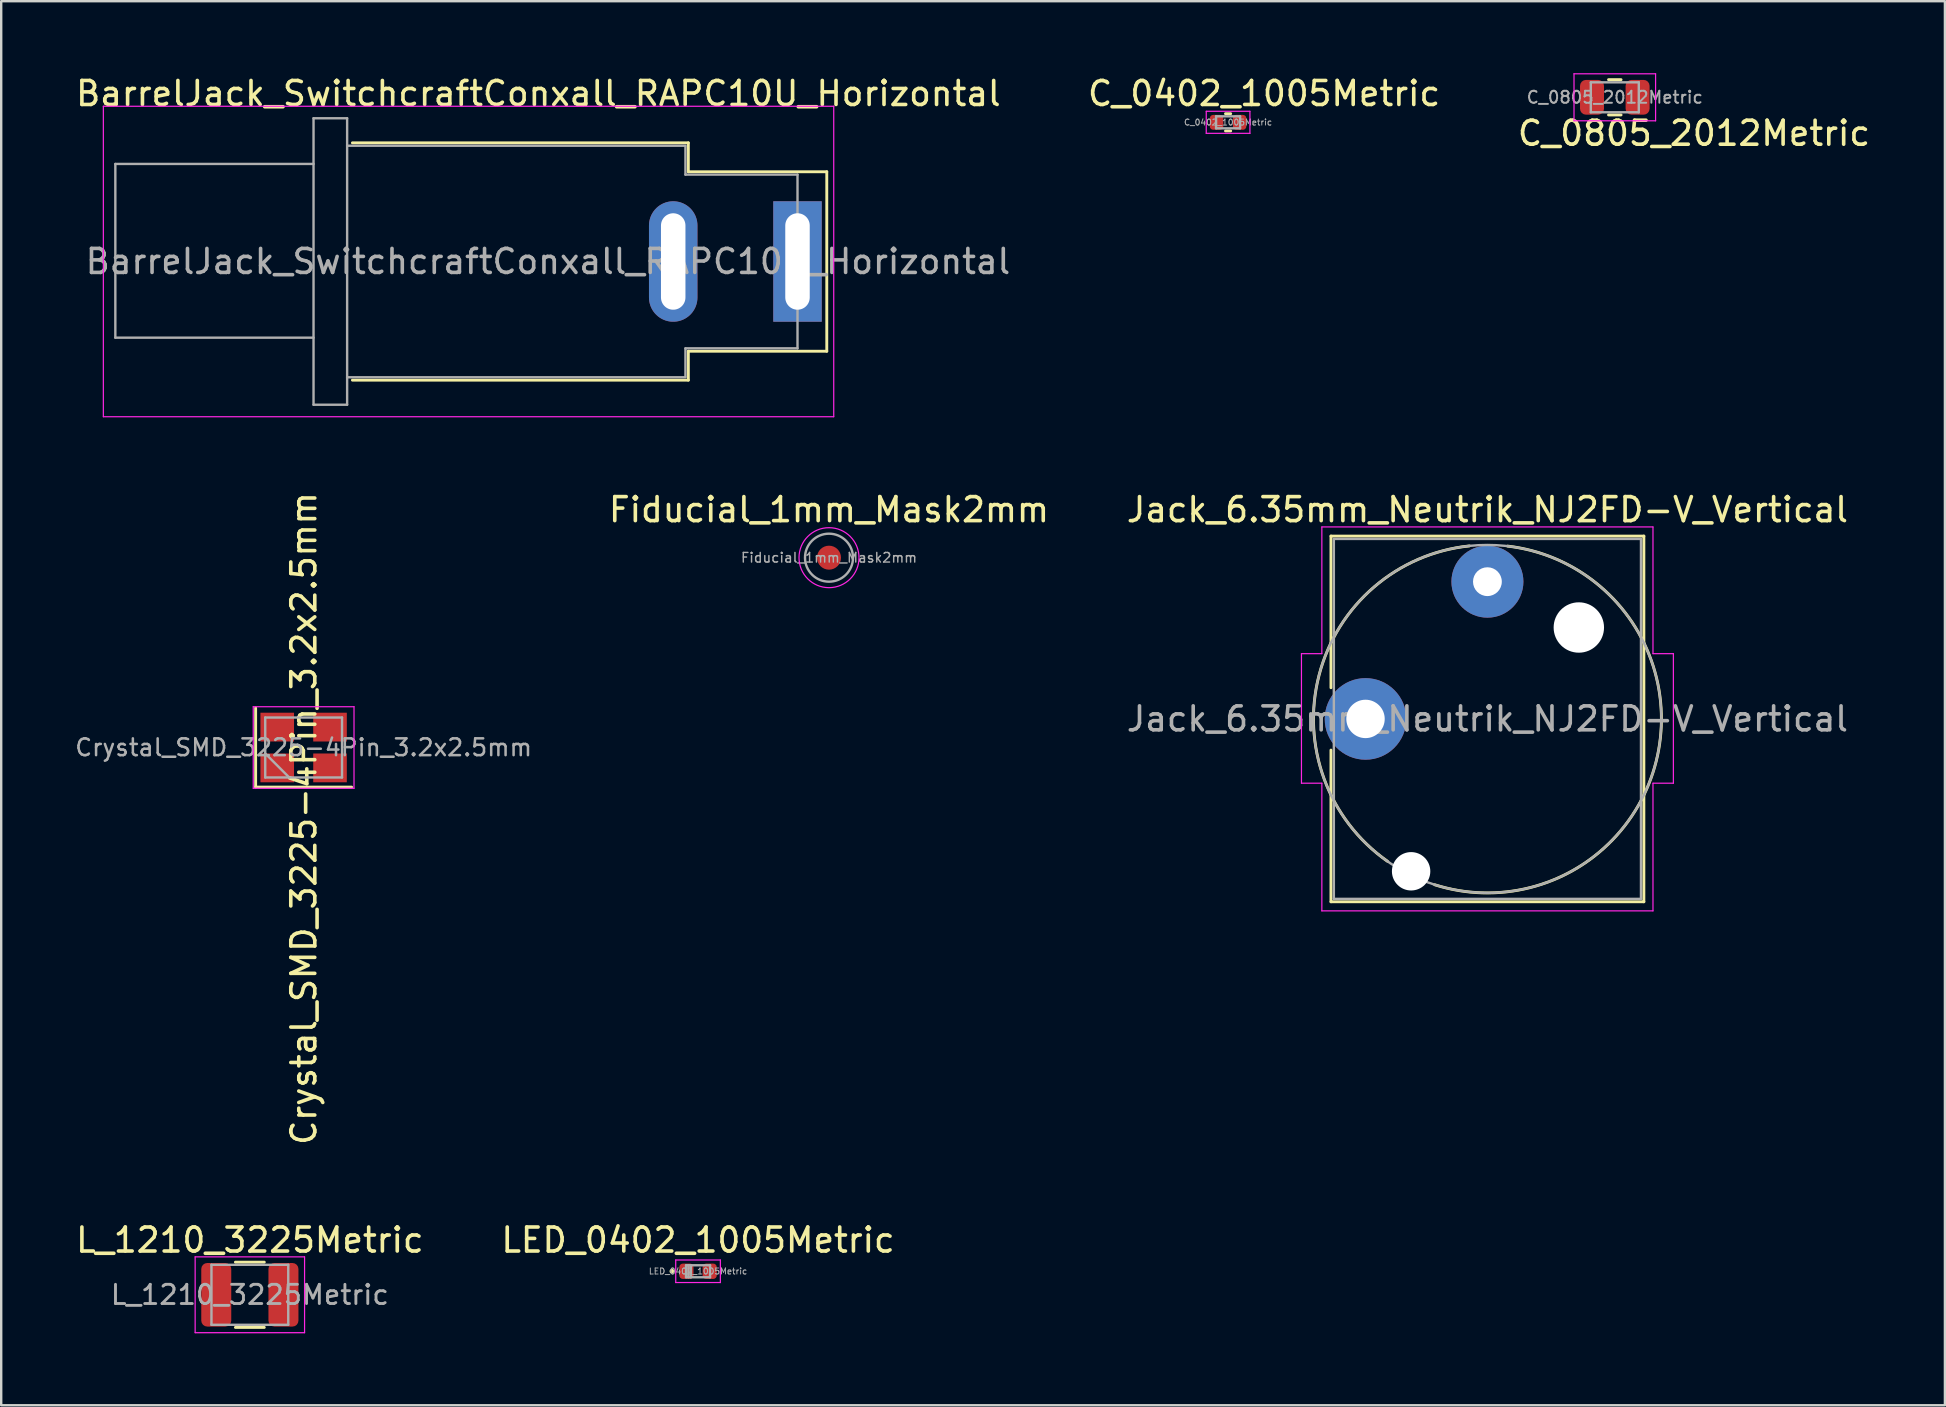
<source format=kicad_pcb>
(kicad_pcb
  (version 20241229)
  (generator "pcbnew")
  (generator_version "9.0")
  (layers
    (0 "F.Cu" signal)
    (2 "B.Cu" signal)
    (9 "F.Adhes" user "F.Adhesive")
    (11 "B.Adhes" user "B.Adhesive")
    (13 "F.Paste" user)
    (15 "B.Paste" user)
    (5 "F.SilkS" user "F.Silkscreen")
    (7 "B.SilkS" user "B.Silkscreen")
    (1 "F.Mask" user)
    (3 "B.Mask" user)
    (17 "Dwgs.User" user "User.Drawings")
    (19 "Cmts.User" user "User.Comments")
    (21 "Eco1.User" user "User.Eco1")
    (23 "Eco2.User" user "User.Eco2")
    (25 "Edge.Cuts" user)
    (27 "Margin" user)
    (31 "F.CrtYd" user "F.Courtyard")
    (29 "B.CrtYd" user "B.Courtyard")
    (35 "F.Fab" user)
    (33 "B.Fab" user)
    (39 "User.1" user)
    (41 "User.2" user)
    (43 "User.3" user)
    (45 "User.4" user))
  (footprint "Jack_6.35mm_Neutrik_NJ2FD-V_Vertical"
    (layer "F.Cu")
    (at 58.94 21.192)
    (property "Reference" "Jack_6.35mm_Neutrik_NJ2FD-V_Vertical" (at 0 -3 180) (layer "F.SilkS") (effects (font (size 1 1) (thickness 0.15))))
    (attr through_hole exclude_from_bom)
    (fp_line (start -6.52 -1.9) (end -6.52 4.42) (stroke (width 0.12) (type solid)) (layer "F.SilkS"))
    (fp_line (start -6.52 -1.9) (end 6.52 -1.9) (stroke (width 0.12) (type solid)) (layer "F.SilkS"))
    (fp_line (start -6.52 7.02) (end -6.52 13.34) (stroke (width 0.12) (type solid)) (layer "F.SilkS"))
    (fp_line (start -6.52 13.34) (end 6.52 13.34) (stroke (width 0.12) (type solid)) (layer "F.SilkS"))
    (fp_line (start 6.52 -1.9) (end 6.52 13.34) (stroke (width 0.12) (type solid)) (layer "F.SilkS"))
    (fp_arc (start -4.164153 11.6535) (mid -7.016062 3.897509) (end -0.75 -1.49) (stroke (width 0.12) (type solid)) (layer "F.SilkS"))
    (fp_arc (start 0.84109 -1.482824) (mid 7.089049 7.247578) (end -2.2 12.63) (stroke (width 0.12) (type solid)) (layer "F.SilkS"))
    (fp_line (start -7.75 3) (end -7.75 8.4) (stroke (width 0.05) (type solid)) (layer "F.CrtYd"))
    (fp_line (start -6.9 -2.28) (end -6.9 3) (stroke (width 0.05) (type solid)) (layer "F.CrtYd"))
    (fp_line (start -6.9 -2.28) (end 6.9 -2.28) (stroke (width 0.05) (type solid)) (layer "F.CrtYd"))
    (fp_line (start -6.9 3) (end -7.75 3) (stroke (width 0.05) (type solid)) (layer "F.CrtYd"))
    (fp_line (start -6.9 8.4) (end -7.75 8.4) (stroke (width 0.05) (type solid)) (layer "F.CrtYd"))
    (fp_line (start -6.9 8.4) (end -6.9 13.72) (stroke (width 0.05) (type solid)) (layer "F.CrtYd"))
    (fp_line (start -6.9 13.72) (end 6.9 13.72) (stroke (width 0.05) (type solid)) (layer "F.CrtYd"))
    (fp_line (start 6.9 -2.28) (end 6.9 3) (stroke (width 0.05) (type solid)) (layer "F.CrtYd"))
    (fp_line (start 6.9 3) (end 7.75 3) (stroke (width 0.05) (type solid)) (layer "F.CrtYd"))
    (fp_line (start 6.9 8.4) (end 6.9 13.72) (stroke (width 0.05) (type solid)) (layer "F.CrtYd"))
    (fp_line (start 6.9 8.4) (end 7.75 8.4) (stroke (width 0.05) (type solid)) (layer "F.CrtYd"))
    (fp_line (start 7.75 3) (end 7.75 8.4) (stroke (width 0.05) (type solid)) (layer "F.CrtYd"))
    (fp_line (start -6.4 -1.78) (end -6.4 13.22) (stroke (width 0.1) (type solid)) (layer "F.Fab"))
    (fp_line (start -6.4 -1.78) (end 6.4 -1.78) (stroke (width 0.1) (type solid)) (layer "F.Fab"))
    (fp_line (start -6.4 13.22) (end 6.4 13.22) (stroke (width 0.1) (type solid)) (layer "F.Fab"))
    (fp_line (start 6.4 -1.78) (end 6.4 13.22) (stroke (width 0.1) (type solid)) (layer "F.Fab"))
    (fp_circle (center 0 5.72) (end -7.25 5.72) (stroke (width 0.1) (type solid)) (fill no) (layer "F.Fab"))
    (fp_text user "${REFERENCE}" (at 0 5.72 180) (layer "F.Fab") (effects (font (size 1 1) (thickness 0.15))))
    (pad "" np_thru_hole circle (at -3.18 12.07 180) (size 1.6 1.6) (drill 1.6) (layers "*.Cu" "*.Mask"))
    (pad "" np_thru_hole circle (at 3.81 1.91 180) (size 2.1 2.1) (drill 2.1) (layers "*.Cu" "*.Mask"))
    (pad "S" thru_hole circle (at -5.08 5.72 180) (size 3.4 3.4) (drill 1.6) (layers "*.Cu" "*.Mask"))
    (pad "T" thru_hole circle (at 0 0 180) (size 3 3) (drill 1.2) (layers "*.Cu" "*.Mask")))
  (footprint "Fiducial_1mm_Mask2mm"
    (layer "F.Cu")
    (at 31.5 20.192)
    (property "Reference" "Fiducial_1mm_Mask2mm" (at 0 -2 0) (layer "F.SilkS") (effects (font (size 1 1) (thickness 0.15))))
    (attr smd exclude_from_bom)
    (fp_circle (center 0 0) (end 1.25 0) (stroke (width 0.05) (type solid)) (fill no) (layer "F.CrtYd"))
    (fp_circle (center 0 0) (end 1 0) (stroke (width 0.1) (type solid)) (fill no) (layer "F.Fab"))
    (fp_text user "${REFERENCE}" (at 0 0 0) (layer "F.Fab") (effects (font (size 0.4 0.4) (thickness 0.06))))
    (pad "" smd circle (at 0 0) (size 1 1) (layers "F.Cu" "F.Mask")))
  (footprint "BarrelJack_SwitchcraftConxall_RAPC10U_Horizontal"
    (layer "F.Cu")
    (at 30.187 7.848)
    (property "Reference" "BarrelJack_SwitchcraftConxall_RAPC10U_Horizontal" (at -10.8 -7 0) (layer "F.SilkS") (effects (font (size 1 1) (thickness 0.15))))
    (attr through_hole exclude_from_bom)
    (fp_line (start -18.55 4.945) (end -4.55 4.945) (stroke (width 0.12) (type solid)) (layer "F.SilkS"))
    (fp_line (start -4.55 -4.945) (end -18.55 -4.945) (stroke (width 0.12) (type solid)) (layer "F.SilkS"))
    (fp_line (start -4.55 -3.74) (end -4.55 -4.945) (stroke (width 0.12) (type solid)) (layer "F.SilkS"))
    (fp_line (start -4.55 3.74) (end 1.22 3.74) (stroke (width 0.12) (type solid)) (layer "F.SilkS"))
    (fp_line (start -4.55 4.945) (end -4.55 3.74) (stroke (width 0.12) (type solid)) (layer "F.SilkS"))
    (fp_line (start 1.22 -3.74) (end -4.55 -3.74) (stroke (width 0.12) (type solid)) (layer "F.SilkS"))
    (fp_line (start 1.22 3.74) (end 1.22 -3.74) (stroke (width 0.12) (type solid)) (layer "F.SilkS"))
    (fp_line (start -28.93 -6.47) (end 1.51 -6.47) (stroke (width 0.05) (type solid)) (layer "F.CrtYd"))
    (fp_line (start -28.93 6.47) (end -28.93 -6.47) (stroke (width 0.05) (type solid)) (layer "F.CrtYd"))
    (fp_line (start 1.51 -6.47) (end 1.51 6.47) (stroke (width 0.05) (type solid)) (layer "F.CrtYd"))
    (fp_line (start 1.51 6.47) (end -28.93 6.47) (stroke (width 0.05) (type solid)) (layer "F.CrtYd"))
    (fp_line (start -28.43 -4.065) (end -28.43 3.175) (stroke (width 0.1) (type solid)) (layer "F.Fab"))
    (fp_line (start -28.43 3.175) (end -20.17 3.175) (stroke (width 0.1) (type solid)) (layer "F.Fab"))
    (fp_line (start -20.17 -5.97) (end -20.17 5.97) (stroke (width 0.1) (type solid)) (layer "F.Fab"))
    (fp_line (start -20.17 -5.97) (end -18.77 -5.97) (stroke (width 0.1) (type solid)) (layer "F.Fab"))
    (fp_line (start -20.17 -4.065) (end -28.43 -4.065) (stroke (width 0.1) (type solid)) (layer "F.Fab"))
    (fp_line (start -20.17 5.97) (end -18.77 5.97) (stroke (width 0.1) (type solid)) (layer "F.Fab"))
    (fp_line (start -18.77 -5.97) (end -18.77 5.97) (stroke (width 0.1) (type solid)) (layer "F.Fab"))
    (fp_line (start -18.77 -4.825) (end -4.67 -4.825) (stroke (width 0.1) (type solid)) (layer "F.Fab"))
    (fp_line (start -18.77 4.825) (end -4.67 4.825) (stroke (width 0.1) (type solid)) (layer "F.Fab"))
    (fp_line (start -4.67 -3.62) (end -4.67 -4.8) (stroke (width 0.1) (type solid)) (layer "F.Fab"))
    (fp_line (start -4.67 3.62) (end 0 3.62) (stroke (width 0.1) (type solid)) (layer "F.Fab"))
    (fp_line (start -4.67 4.8) (end -4.67 3.62) (stroke (width 0.1) (type solid)) (layer "F.Fab"))
    (fp_line (start 0 -3.62) (end -4.67 -3.62) (stroke (width 0.1) (type solid)) (layer "F.Fab"))
    (fp_line (start 0 3.62) (end 0 -3.62) (stroke (width 0.1) (type solid)) (layer "F.Fab"))
    (fp_text user "${REFERENCE}" (at -10.4 0 0) (layer "F.Fab") (effects (font (size 1 1) (thickness 0.15))))
    (pad "1" thru_hole rect (at 0 0) (size 2.02 5.02) (drill oval 1.02 4.02) (layers "*.Cu" "*.Mask"))
    (pad "2" thru_hole oval (at -5.18 0) (size 2.02 5.02) (drill oval 1.02 4.02) (layers "*.Cu" "*.Mask")))
  (footprint "C_0805_2012Metric"
    (layer "F.Cu")
    (at 64.249 1.005)
    (property "Reference" "C_0805_2012Metric" (at 3.3 1.5 0) (layer "F.SilkS") (effects (font (size 1 1) (thickness 0.15))))
    (attr smd)
    (fp_line (start -0.261 -0.735) (end 0.261 -0.735) (stroke (width 0.12) (type solid)) (layer "F.SilkS"))
    (fp_line (start -0.261 0.735) (end 0.261 0.735) (stroke (width 0.12) (type solid)) (layer "F.SilkS"))
    (fp_line (start -1.7 -0.98) (end 1.7 -0.98) (stroke (width 0.05) (type solid)) (layer "F.CrtYd"))
    (fp_line (start -1.7 0.98) (end -1.7 -0.98) (stroke (width 0.05) (type solid)) (layer "F.CrtYd"))
    (fp_line (start 1.7 -0.98) (end 1.7 0.98) (stroke (width 0.05) (type solid)) (layer "F.CrtYd"))
    (fp_line (start 1.7 0.98) (end -1.7 0.98) (stroke (width 0.05) (type solid)) (layer "F.CrtYd"))
    (fp_line (start -1 -0.625) (end 1 -0.625) (stroke (width 0.1) (type solid)) (layer "F.Fab"))
    (fp_line (start -1 0.625) (end -1 -0.625) (stroke (width 0.1) (type solid)) (layer "F.Fab"))
    (fp_line (start 1 -0.625) (end 1 0.625) (stroke (width 0.1) (type solid)) (layer "F.Fab"))
    (fp_line (start 1 0.625) (end -1 0.625) (stroke (width 0.1) (type solid)) (layer "F.Fab"))
    (fp_text user "${REFERENCE}" (at 0 0 0) (layer "F.Fab") (effects (font (size 0.5 0.5) (thickness 0.08))))
    (pad "1" smd roundrect (at -0.95 0) (size 1 1.45) (layers "F.Cu" "F.Mask" "F.Paste") (roundrect_rratio 0.25))
    (pad "2" smd roundrect (at 0.95 0) (size 1 1.45) (layers "F.Cu" "F.Mask" "F.Paste") (roundrect_rratio 0.25)))
  (footprint "Crystal_SMD_3225-4Pin_3.2x2.5mm"
    (layer "F.Cu")
    (at 9.604 28.103)
    (property "Reference" "Crystal_SMD_3225-4Pin_3.2x2.5mm" (at 0.01 2.96 270) (layer "F.SilkS") (effects (font (size 1 1) (thickness 0.15))))
    (attr smd)
    (fp_line (start -2 -1.65) (end -2 1.65) (stroke (width 0.12) (type solid)) (layer "F.SilkS"))
    (fp_line (start -2 1.65) (end 2 1.65) (stroke (width 0.12) (type solid)) (layer "F.SilkS"))
    (fp_line (start -2.1 -1.7) (end -2.1 1.7) (stroke (width 0.05) (type solid)) (layer "F.CrtYd"))
    (fp_line (start -2.1 1.7) (end 2.1 1.7) (stroke (width 0.05) (type solid)) (layer "F.CrtYd"))
    (fp_line (start 2.1 -1.7) (end -2.1 -1.7) (stroke (width 0.05) (type solid)) (layer "F.CrtYd"))
    (fp_line (start 2.1 1.7) (end 2.1 -1.7) (stroke (width 0.05) (type solid)) (layer "F.CrtYd"))
    (fp_line (start -1.6 -1.25) (end -1.6 1.25) (stroke (width 0.1) (type solid)) (layer "F.Fab"))
    (fp_line (start -1.6 0.25) (end -0.6 1.25) (stroke (width 0.1) (type solid)) (layer "F.Fab"))
    (fp_line (start -1.6 1.25) (end 1.6 1.25) (stroke (width 0.1) (type solid)) (layer "F.Fab"))
    (fp_line (start 1.6 -1.25) (end -1.6 -1.25) (stroke (width 0.1) (type solid)) (layer "F.Fab"))
    (fp_line (start 1.6 1.25) (end 1.6 -1.25) (stroke (width 0.1) (type solid)) (layer "F.Fab"))
    (fp_text user "${REFERENCE}" (at 0 0 180) (layer "F.Fab") (effects (font (size 0.7 0.7) (thickness 0.105))))
    (pad "1" smd rect (at -1.1 0.85) (size 1.4 1.2) (layers "F.Cu" "F.Mask" "F.Paste"))
    (pad "2" smd rect (at 1.1 0.85) (size 1.4 1.2) (layers "F.Cu" "F.Mask" "F.Paste"))
    (pad "3" smd rect (at 1.1 -0.85) (size 1.4 1.2) (layers "F.Cu" "F.Mask" "F.Paste"))
    (pad "4" smd rect (at -1.1 -0.85) (size 1.4 1.2) (layers "F.Cu" "F.Mask" "F.Paste")))
  (footprint "LED_0402_1005Metric"
    (layer "F.Cu")
    (at 26.042 49.932)
    (property "Reference" "LED_0402_1005Metric" (at 0 -1.3 180) (layer "F.SilkS") (effects (font (size 1 1) (thickness 0.15))))
    (attr smd)
    (fp_circle (center -1.09 0) (end -1.04 0) (stroke (width 0.1) (type solid)) (fill no) (layer "F.SilkS"))
    (fp_line (start -0.93 -0.47) (end 0.93 -0.47) (stroke (width 0.05) (type solid)) (layer "F.CrtYd"))
    (fp_line (start -0.93 0.47) (end -0.93 -0.47) (stroke (width 0.05) (type solid)) (layer "F.CrtYd"))
    (fp_line (start 0.93 -0.47) (end 0.93 0.47) (stroke (width 0.05) (type solid)) (layer "F.CrtYd"))
    (fp_line (start 0.93 0.47) (end -0.93 0.47) (stroke (width 0.05) (type solid)) (layer "F.CrtYd"))
    (fp_line (start -0.5 -0.25) (end 0.5 -0.25) (stroke (width 0.1) (type solid)) (layer "F.Fab"))
    (fp_line (start -0.5 0.25) (end -0.5 -0.25) (stroke (width 0.1) (type solid)) (layer "F.Fab"))
    (fp_line (start -0.4 0.25) (end -0.4 -0.25) (stroke (width 0.1) (type solid)) (layer "F.Fab"))
    (fp_line (start -0.3 0.25) (end -0.3 -0.25) (stroke (width 0.1) (type solid)) (layer "F.Fab"))
    (fp_line (start 0.5 -0.25) (end 0.5 0.25) (stroke (width 0.1) (type solid)) (layer "F.Fab"))
    (fp_line (start 0.5 0.25) (end -0.5 0.25) (stroke (width 0.1) (type solid)) (layer "F.Fab"))
    (fp_text user "${REFERENCE}" (at 0 0 180) (layer "F.Fab") (effects (font (size 0.25 0.25) (thickness 0.04))))
    (pad "1" smd roundrect (at -0.485 0) (size 0.59 0.64) (layers "F.Cu" "F.Mask" "F.Paste") (roundrect_rratio 0.25))
    (pad "2" smd roundrect (at 0.485 0) (size 0.59 0.64) (layers "F.Cu" "F.Mask" "F.Paste") (roundrect_rratio 0.25)))
  (footprint "C_0402_1005Metric"
    (layer "F.Cu")
    (at 48.132 2.048)
    (property "Reference" "C_0402_1005Metric" (at 1.5 -1.2 0) (layer "F.SilkS") (effects (font (size 1 1) (thickness 0.15))))
    (attr smd)
    (fp_line (start -0.108 -0.36) (end 0.108 -0.36) (stroke (width 0.12) (type solid)) (layer "F.SilkS"))
    (fp_line (start -0.108 0.36) (end 0.108 0.36) (stroke (width 0.12) (type solid)) (layer "F.SilkS"))
    (fp_line (start -0.91 -0.46) (end 0.91 -0.46) (stroke (width 0.05) (type solid)) (layer "F.CrtYd"))
    (fp_line (start -0.91 0.46) (end -0.91 -0.46) (stroke (width 0.05) (type solid)) (layer "F.CrtYd"))
    (fp_line (start 0.91 -0.46) (end 0.91 0.46) (stroke (width 0.05) (type solid)) (layer "F.CrtYd"))
    (fp_line (start 0.91 0.46) (end -0.91 0.46) (stroke (width 0.05) (type solid)) (layer "F.CrtYd"))
    (fp_line (start -0.5 -0.25) (end 0.5 -0.25) (stroke (width 0.1) (type solid)) (layer "F.Fab"))
    (fp_line (start -0.5 0.25) (end -0.5 -0.25) (stroke (width 0.1) (type solid)) (layer "F.Fab"))
    (fp_line (start 0.5 -0.25) (end 0.5 0.25) (stroke (width 0.1) (type solid)) (layer "F.Fab"))
    (fp_line (start 0.5 0.25) (end -0.5 0.25) (stroke (width 0.1) (type solid)) (layer "F.Fab"))
    (fp_text user "${REFERENCE}" (at 0 0 180) (layer "F.Fab") (effects (font (size 0.25 0.25) (thickness 0.04))))
    (pad "1" smd roundrect (at -0.48 0) (size 0.56 0.62) (layers "F.Cu" "F.Mask" "F.Paste") (roundrect_rratio 0.25))
    (pad "2" smd roundrect (at 0.48 0) (size 0.56 0.62) (layers "F.Cu" "F.Mask" "F.Paste") (roundrect_rratio 0.25)))
  (footprint "L_1210_3225Metric"
    (layer "F.Cu")
    (at 7.363 50.912)
    (property "Reference" "L_1210_3225Metric" (at 0 -2.28 180) (layer "F.SilkS") (effects (font (size 1 1) (thickness 0.15))))
    (attr smd)
    (fp_line (start -0.602 -1.36) (end 0.602 -1.36) (stroke (width 0.12) (type solid)) (layer "F.SilkS"))
    (fp_line (start -0.602 1.36) (end 0.602 1.36) (stroke (width 0.12) (type solid)) (layer "F.SilkS"))
    (fp_line (start -2.28 -1.58) (end 2.28 -1.58) (stroke (width 0.05) (type solid)) (layer "F.CrtYd"))
    (fp_line (start -2.28 1.58) (end -2.28 -1.58) (stroke (width 0.05) (type solid)) (layer "F.CrtYd"))
    (fp_line (start 2.28 -1.58) (end 2.28 1.58) (stroke (width 0.05) (type solid)) (layer "F.CrtYd"))
    (fp_line (start 2.28 1.58) (end -2.28 1.58) (stroke (width 0.05) (type solid)) (layer "F.CrtYd"))
    (fp_line (start -1.6 -1.25) (end 1.6 -1.25) (stroke (width 0.1) (type solid)) (layer "F.Fab"))
    (fp_line (start -1.6 1.25) (end -1.6 -1.25) (stroke (width 0.1) (type solid)) (layer "F.Fab"))
    (fp_line (start 1.6 -1.25) (end 1.6 1.25) (stroke (width 0.1) (type solid)) (layer "F.Fab"))
    (fp_line (start 1.6 1.25) (end -1.6 1.25) (stroke (width 0.1) (type solid)) (layer "F.Fab"))
    (fp_text user "${REFERENCE}" (at 0 0 180) (layer "F.Fab") (effects (font (size 0.8 0.8) (thickness 0.12))))
    (pad "1" smd roundrect (at -1.4 0) (size 1.25 2.65) (layers "F.Cu" "F.Mask" "F.Paste") (roundrect_rratio 0.2))
    (pad "2" smd roundrect (at 1.4 0) (size 1.25 2.65) (layers "F.Cu" "F.Mask" "F.Paste") (roundrect_rratio 0.2)))
  (gr_rect
    (start -3 -3)
    (end 78.007 55.517)
    (stroke (width 0.1) (type default))
    (fill no)
    (layer "Edge.Cuts")))
</source>
